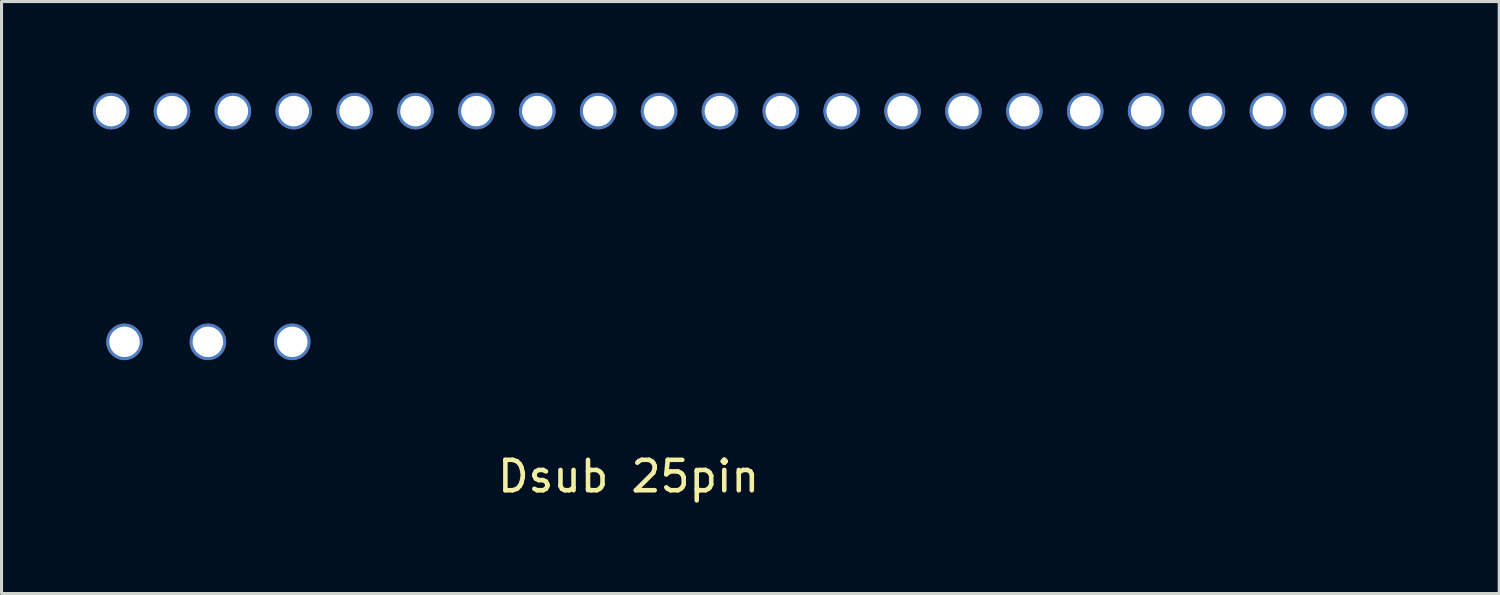
<source format=kicad_pcb>
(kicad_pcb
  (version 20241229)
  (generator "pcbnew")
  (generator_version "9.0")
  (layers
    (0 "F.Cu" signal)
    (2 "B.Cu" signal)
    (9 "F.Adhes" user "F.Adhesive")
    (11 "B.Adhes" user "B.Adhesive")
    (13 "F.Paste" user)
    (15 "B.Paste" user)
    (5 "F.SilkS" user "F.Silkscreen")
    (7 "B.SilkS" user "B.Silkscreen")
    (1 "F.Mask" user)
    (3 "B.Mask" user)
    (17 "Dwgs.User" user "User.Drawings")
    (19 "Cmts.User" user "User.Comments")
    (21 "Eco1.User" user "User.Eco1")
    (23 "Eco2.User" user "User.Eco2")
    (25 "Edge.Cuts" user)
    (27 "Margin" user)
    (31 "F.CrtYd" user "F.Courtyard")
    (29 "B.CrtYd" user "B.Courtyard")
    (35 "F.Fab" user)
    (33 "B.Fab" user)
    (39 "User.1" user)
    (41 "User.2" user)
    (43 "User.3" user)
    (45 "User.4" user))
  (footprint "Dsub 25pin"
    (layer "F.Cu")
    (at 17.6 9.6)
    (property "Reference" "Dsub 25pin" (at 0 3 0) (layer "F.SilkS") (effects (font (size 1 1) (thickness 0.15))))
    (attr through_hole)
    (pad "1" thru_hole circle (at -16.56 -1.42) (size 1.2 1.2) (drill 1) (layers "*.Cu" "*.Mask"))
    (pad "2" thru_hole circle (at -13.82 -1.42) (size 1.2 1.2) (drill 1) (layers "*.Cu" "*.Mask"))
    (pad "3" thru_hole circle (at -11.05 -1.42) (size 1.2 1.2) (drill 1) (layers "*.Cu" "*.Mask"))
    (pad "4" thru_hole circle (at -17 -9) (size 1.2 1.2) (drill 1) (layers "*.Cu" "*.Mask"))
    (pad "5" thru_hole circle (at -15 -9) (size 1.2 1.2) (drill 1) (layers "*.Cu" "*.Mask"))
    (pad "6" thru_hole circle (at -13 -9) (size 1.2 1.2) (drill 1) (layers "*.Cu" "*.Mask"))
    (pad "7" thru_hole circle (at -11 -9) (size 1.2 1.2) (drill 1) (layers "*.Cu" "*.Mask"))
    (pad "8" thru_hole circle (at -9 -9) (size 1.2 1.2) (drill 1) (layers "*.Cu" "*.Mask"))
    (pad "9" thru_hole circle (at -7 -9) (size 1.2 1.2) (drill 1) (layers "*.Cu" "*.Mask"))
    (pad "10" thru_hole circle (at -5 -9) (size 1.2 1.2) (drill 1) (layers "*.Cu" "*.Mask"))
    (pad "11" thru_hole circle (at -3 -9) (size 1.2 1.2) (drill 1) (layers "*.Cu" "*.Mask"))
    (pad "12" thru_hole circle (at -1 -9) (size 1.2 1.2) (drill 1) (layers "*.Cu" "*.Mask"))
    (pad "13" thru_hole circle (at 1 -9) (size 1.2 1.2) (drill 1) (layers "*.Cu" "*.Mask"))
    (pad "14" thru_hole circle (at 3 -9) (size 1.2 1.2) (drill 1) (layers "*.Cu" "*.Mask"))
    (pad "15" thru_hole circle (at 5 -9) (size 1.2 1.2) (drill 1) (layers "*.Cu" "*.Mask"))
    (pad "16" thru_hole circle (at 7 -9) (size 1.2 1.2) (drill 1) (layers "*.Cu" "*.Mask"))
    (pad "17" thru_hole circle (at 9 -9) (size 1.2 1.2) (drill 1) (layers "*.Cu" "*.Mask"))
    (pad "18" thru_hole circle (at 11 -9) (size 1.2 1.2) (drill 1) (layers "*.Cu" "*.Mask"))
    (pad "19" thru_hole circle (at 13 -9) (size 1.2 1.2) (drill 1) (layers "*.Cu" "*.Mask"))
    (pad "20" thru_hole circle (at 15 -9) (size 1.2 1.2) (drill 1) (layers "*.Cu" "*.Mask"))
    (pad "21" thru_hole circle (at 17 -9) (size 1.2 1.2) (drill 1) (layers "*.Cu" "*.Mask"))
    (pad "22" thru_hole circle (at 19 -9) (size 1.2 1.2) (drill 1) (layers "*.Cu" "*.Mask"))
    (pad "23" thru_hole circle (at 21 -9) (size 1.2 1.2) (drill 1) (layers "*.Cu" "*.Mask"))
    (pad "24" thru_hole circle (at 23 -9) (size 1.2 1.2) (drill 1) (layers "*.Cu" "*.Mask"))
    (pad "25" thru_hole circle (at 25 -9) (size 1.2 1.2) (drill 1) (layers "*.Cu" "*.Mask")))
  (gr_rect
    (start -3 -3)
    (end 46.2 16.448)
    (stroke (width 0.1) (type default))
    (fill no)
    (layer "Edge.Cuts")))
</source>
